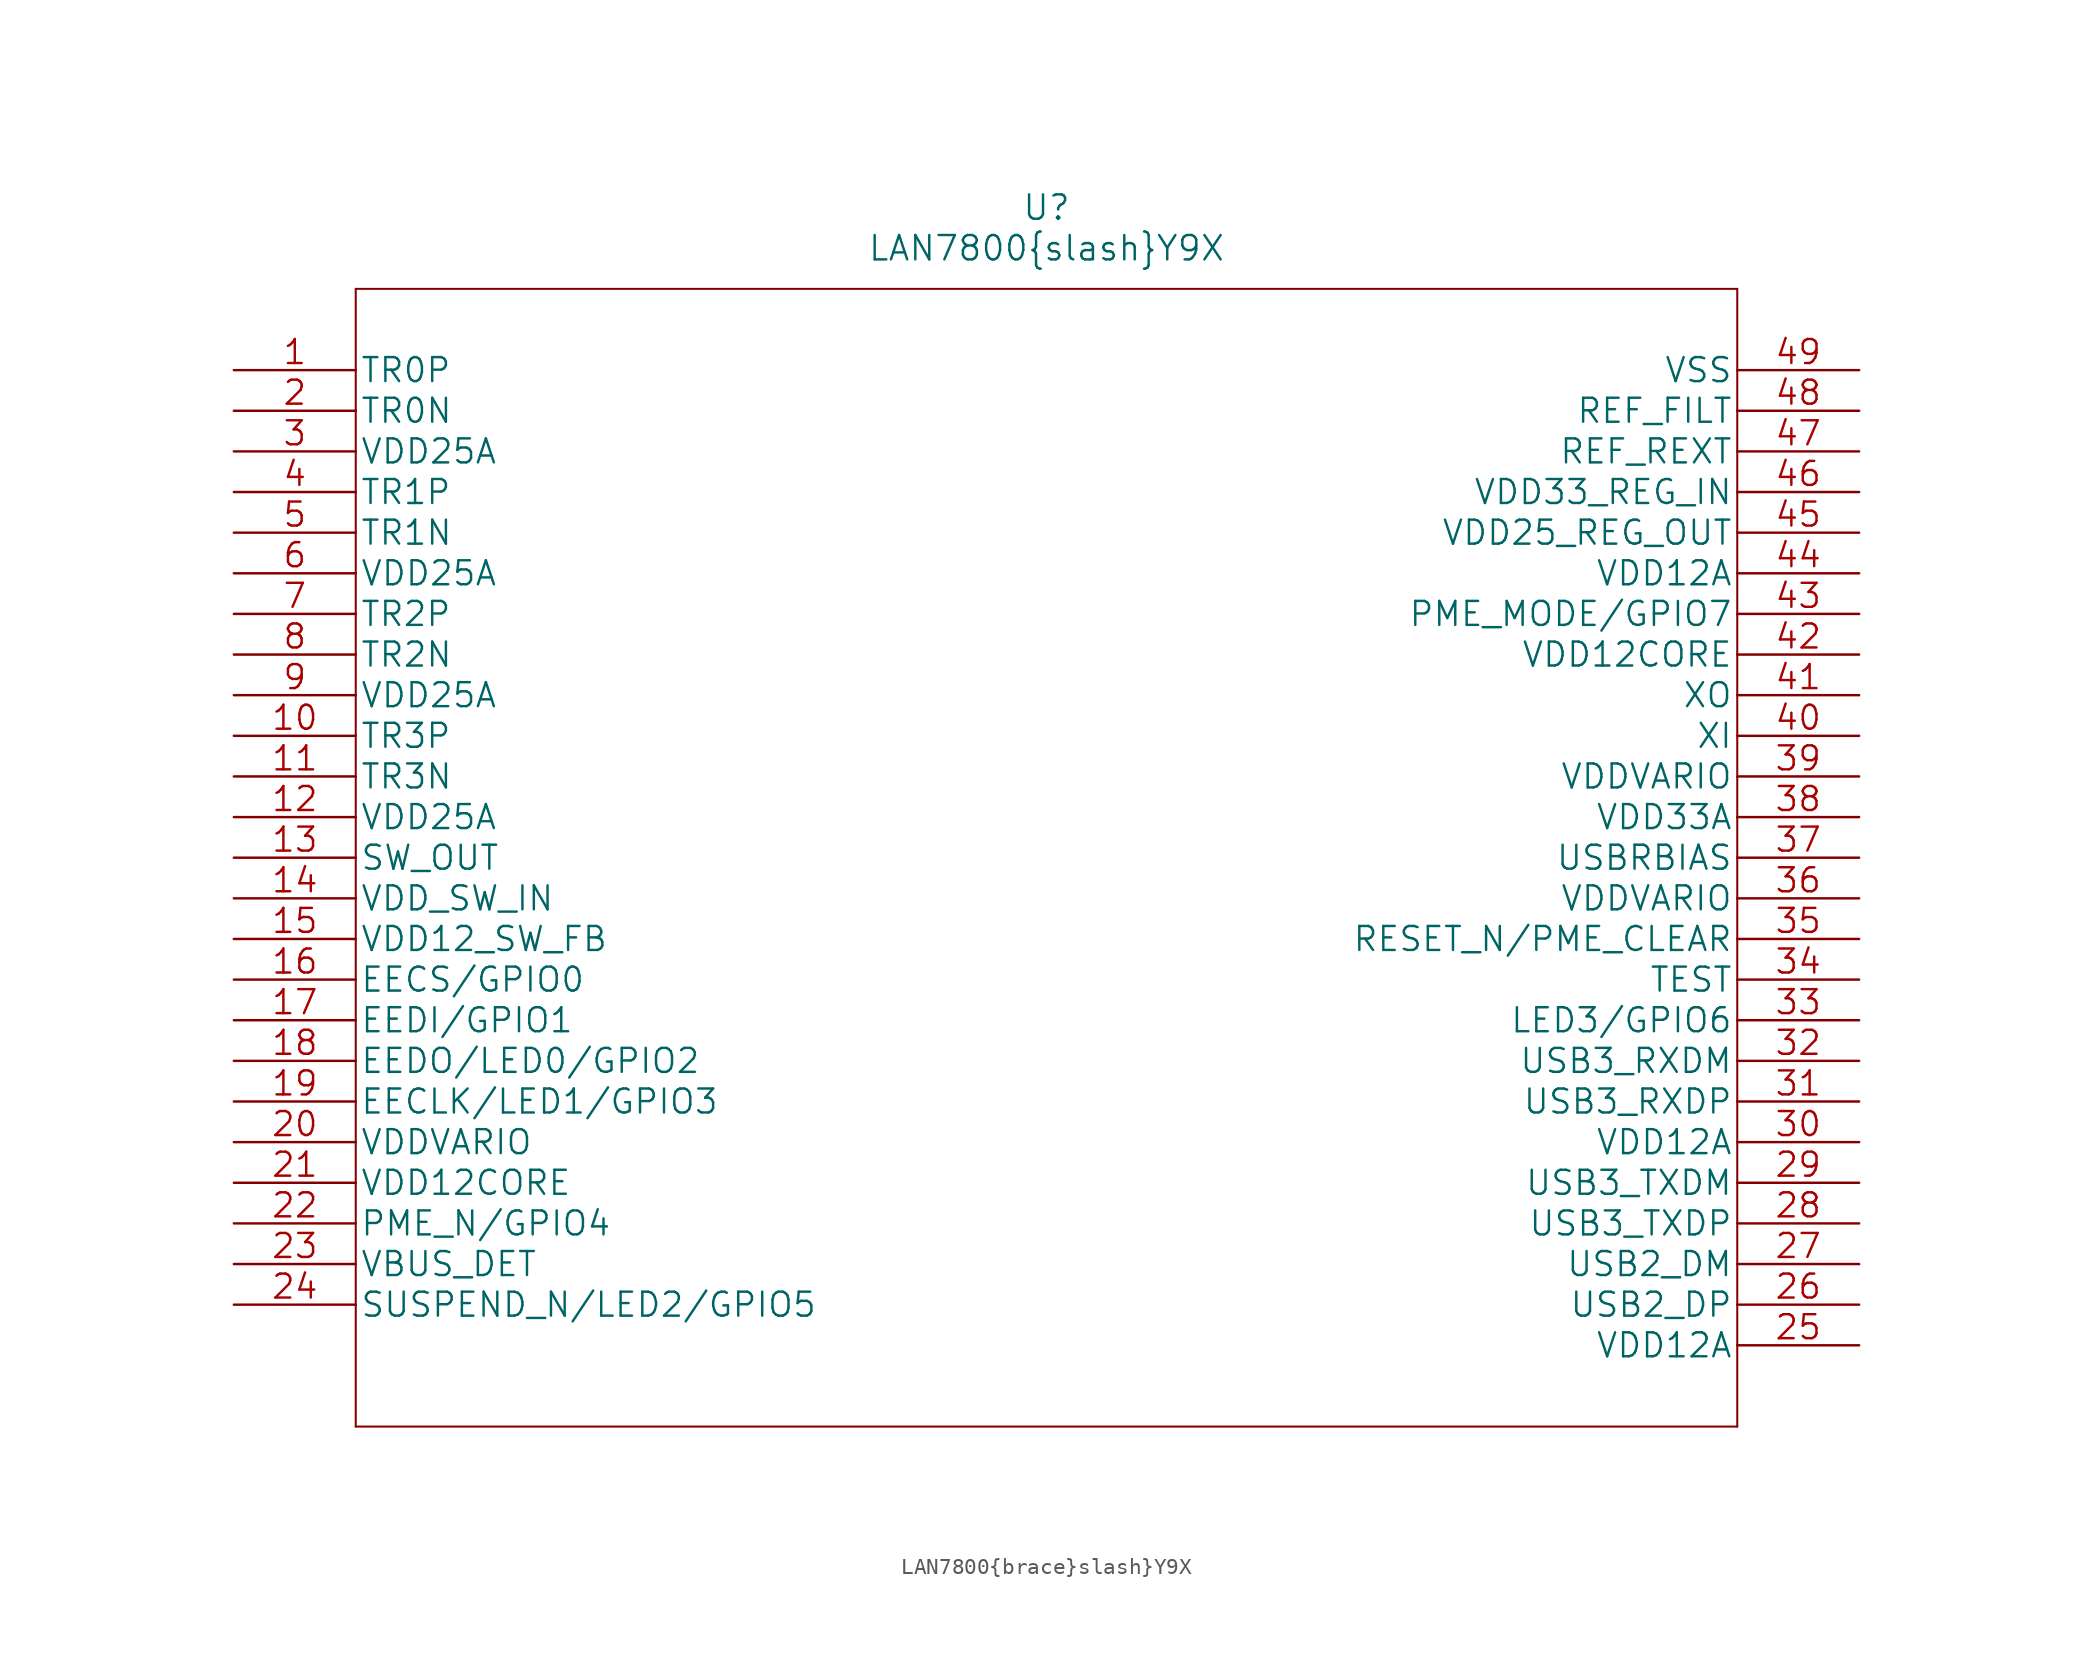
<source format=kicad_sym>
(kicad_symbol_lib
  (version 20211014)
  (generator kicad_symbol_editor)
  (symbol "LAN7800{brace}slash}Y9X"
    (pin_names
      (offset 0.254))
    (property "Reference" "U"
      (at 50.8 10.16 0)
      (effects (font (size 1.524 1.524))))
    (property "Value" "LAN7800{brace}slash}Y9X"
      (at 50.8 7.62 0)
      (effects (font (size 1.524 1.524))))
    (property "Datasheet" ""
      (at 0 0 0)
      (effects (font (size 1.524 1.524))))
    (property "ki_locked" ""
      (at 0 0 0)
      (effects (font (size 1.27 1.27))))
    (symbol "LAN7800{brace}slash}Y9X_1_1"
      (polyline (pts (xy 7.62 -66.04) (xy 93.98 -66.04)) (stroke (width 0.127) (type default) (color 0 0 0 0)) (fill (type none)))
      (polyline (pts (xy 7.62 5.08) (xy 7.62 -66.04)) (stroke (width 0.127) (type default) (color 0 0 0 0)) (fill (type none)))
      (polyline (pts (xy 93.98 -66.04) (xy 93.98 5.08)) (stroke (width 0.127) (type default) (color 0 0 0 0)) (fill (type none)))
      (polyline (pts (xy 93.98 5.08) (xy 7.62 5.08)) (stroke (width 0.127) (type default) (color 0 0 0 0)) (fill (type none)))
      (pin unspecified line (at 0 0 0) (length 7.62) (name "TR0P" (effects (font (size 1.499 1.499)))) (number "1" (effects (font (size 1.499 1.499)))))
      (pin unspecified line (at 0 -22.86 0) (length 7.62) (name "TR3P" (effects (font (size 1.499 1.499)))) (number "10" (effects (font (size 1.499 1.499)))))
      (pin unspecified line (at 0 -25.4 0) (length 7.62) (name "TR3N" (effects (font (size 1.499 1.499)))) (number "11" (effects (font (size 1.499 1.499)))))
      (pin power_in line (at 0 -27.94 0) (length 7.62) (name "VDD25A" (effects (font (size 1.499 1.499)))) (number "12" (effects (font (size 1.499 1.499)))))
      (pin output line (at 0 -30.48 0) (length 7.62) (name "SW_OUT" (effects (font (size 1.499 1.499)))) (number "13" (effects (font (size 1.499 1.499)))))
      (pin power_in line (at 0 -33.02 0) (length 7.62) (name "VDD_SW_IN" (effects (font (size 1.499 1.499)))) (number "14" (effects (font (size 1.499 1.499)))))
      (pin power_in line (at 0 -35.56 0) (length 7.62) (name "VDD12_SW_FB" (effects (font (size 1.499 1.499)))) (number "15" (effects (font (size 1.499 1.499)))))
      (pin bidirectional line (at 0 -38.1 0) (length 7.62) (name "EECS/GPIO0" (effects (font (size 1.499 1.499)))) (number "16" (effects (font (size 1.499 1.499)))))
      (pin bidirectional line (at 0 -40.64 0) (length 7.62) (name "EEDI/GPIO1" (effects (font (size 1.499 1.499)))) (number "17" (effects (font (size 1.499 1.499)))))
      (pin bidirectional line (at 0 -43.18 0) (length 7.62) (name "EEDO/LED0/GPIO2" (effects (font (size 1.499 1.499)))) (number "18" (effects (font (size 1.499 1.499)))))
      (pin bidirectional line (at 0 -45.72 0) (length 7.62) (name "EECLK/LED1/GPIO3" (effects (font (size 1.499 1.499)))) (number "19" (effects (font (size 1.499 1.499)))))
      (pin unspecified line (at 0 -2.54 0) (length 7.62) (name "TR0N" (effects (font (size 1.499 1.499)))) (number "2" (effects (font (size 1.499 1.499)))))
      (pin power_in line (at 0 -48.26 0) (length 7.62) (name "VDDVARIO" (effects (font (size 1.499 1.499)))) (number "20" (effects (font (size 1.499 1.499)))))
      (pin power_in line (at 0 -50.8 0) (length 7.62) (name "VDD12CORE" (effects (font (size 1.499 1.499)))) (number "21" (effects (font (size 1.499 1.499)))))
      (pin bidirectional line (at 0 -53.34 0) (length 7.62) (name "PME_N/GPIO4" (effects (font (size 1.499 1.499)))) (number "22" (effects (font (size 1.499 1.499)))))
      (pin input line (at 0 -55.88 0) (length 7.62) (name "VBUS_DET" (effects (font (size 1.499 1.499)))) (number "23" (effects (font (size 1.499 1.499)))))
      (pin bidirectional line (at 0 -58.42 0) (length 7.62) (name "SUSPEND_N/LED2/GPIO5" (effects (font (size 1.499 1.499)))) (number "24" (effects (font (size 1.499 1.499)))))
      (pin power_in line (at 101.6 -60.96 180) (length 7.62) (name "VDD12A" (effects (font (size 1.499 1.499)))) (number "25" (effects (font (size 1.499 1.499)))))
      (pin unspecified line (at 101.6 -58.42 180) (length 7.62) (name "USB2_DP" (effects (font (size 1.499 1.499)))) (number "26" (effects (font (size 1.499 1.499)))))
      (pin unspecified line (at 101.6 -55.88 180) (length 7.62) (name "USB2_DM" (effects (font (size 1.499 1.499)))) (number "27" (effects (font (size 1.499 1.499)))))
      (pin unspecified line (at 101.6 -53.34 180) (length 7.62) (name "USB3_TXDP" (effects (font (size 1.499 1.499)))) (number "28" (effects (font (size 1.499 1.499)))))
      (pin unspecified line (at 101.6 -50.8 180) (length 7.62) (name "USB3_TXDM" (effects (font (size 1.499 1.499)))) (number "29" (effects (font (size 1.499 1.499)))))
      (pin power_in line (at 0 -5.08 0) (length 7.62) (name "VDD25A" (effects (font (size 1.499 1.499)))) (number "3" (effects (font (size 1.499 1.499)))))
      (pin power_in line (at 101.6 -48.26 180) (length 7.62) (name "VDD12A" (effects (font (size 1.499 1.499)))) (number "30" (effects (font (size 1.499 1.499)))))
      (pin unspecified line (at 101.6 -45.72 180) (length 7.62) (name "USB3_RXDP" (effects (font (size 1.499 1.499)))) (number "31" (effects (font (size 1.499 1.499)))))
      (pin unspecified line (at 101.6 -43.18 180) (length 7.62) (name "USB3_RXDM" (effects (font (size 1.499 1.499)))) (number "32" (effects (font (size 1.499 1.499)))))
      (pin bidirectional line (at 101.6 -40.64 180) (length 7.62) (name "LED3/GPIO6" (effects (font (size 1.499 1.499)))) (number "33" (effects (font (size 1.499 1.499)))))
      (pin input line (at 101.6 -38.1 180) (length 7.62) (name "TEST" (effects (font (size 1.499 1.499)))) (number "34" (effects (font (size 1.499 1.499)))))
      (pin input line (at 101.6 -35.56 180) (length 7.62) (name "RESET_N/PME_CLEAR" (effects (font (size 1.499 1.499)))) (number "35" (effects (font (size 1.499 1.499)))))
      (pin power_in line (at 101.6 -33.02 180) (length 7.62) (name "VDDVARIO" (effects (font (size 1.499 1.499)))) (number "36" (effects (font (size 1.499 1.499)))))
      (pin unspecified line (at 101.6 -30.48 180) (length 7.62) (name "USBRBIAS" (effects (font (size 1.499 1.499)))) (number "37" (effects (font (size 1.499 1.499)))))
      (pin power_in line (at 101.6 -27.94 180) (length 7.62) (name "VDD33A" (effects (font (size 1.499 1.499)))) (number "38" (effects (font (size 1.499 1.499)))))
      (pin power_in line (at 101.6 -25.4 180) (length 7.62) (name "VDDVARIO" (effects (font (size 1.499 1.499)))) (number "39" (effects (font (size 1.499 1.499)))))
      (pin unspecified line (at 0 -7.62 0) (length 7.62) (name "TR1P" (effects (font (size 1.499 1.499)))) (number "4" (effects (font (size 1.499 1.499)))))
      (pin input line (at 101.6 -22.86 180) (length 7.62) (name "XI" (effects (font (size 1.499 1.499)))) (number "40" (effects (font (size 1.499 1.499)))))
      (pin output line (at 101.6 -20.32 180) (length 7.62) (name "XO" (effects (font (size 1.499 1.499)))) (number "41" (effects (font (size 1.499 1.499)))))
      (pin power_in line (at 101.6 -17.78 180) (length 7.62) (name "VDD12CORE" (effects (font (size 1.499 1.499)))) (number "42" (effects (font (size 1.499 1.499)))))
      (pin bidirectional line (at 101.6 -15.24 180) (length 7.62) (name "PME_MODE/GPIO7" (effects (font (size 1.499 1.499)))) (number "43" (effects (font (size 1.499 1.499)))))
      (pin power_in line (at 101.6 -12.7 180) (length 7.62) (name "VDD12A" (effects (font (size 1.499 1.499)))) (number "44" (effects (font (size 1.499 1.499)))))
      (pin output line (at 101.6 -10.16 180) (length 7.62) (name "VDD25_REG_OUT" (effects (font (size 1.499 1.499)))) (number "45" (effects (font (size 1.499 1.499)))))
      (pin power_in line (at 101.6 -7.62 180) (length 7.62) (name "VDD33_REG_IN" (effects (font (size 1.499 1.499)))) (number "46" (effects (font (size 1.499 1.499)))))
      (pin unspecified line (at 101.6 -5.08 180) (length 7.62) (name "REF_REXT" (effects (font (size 1.499 1.499)))) (number "47" (effects (font (size 1.499 1.499)))))
      (pin unspecified line (at 101.6 -2.54 180) (length 7.62) (name "REF_FILT" (effects (font (size 1.499 1.499)))) (number "48" (effects (font (size 1.499 1.499)))))
      (pin power_in line (at 101.6 0 180) (length 7.62) (name "VSS" (effects (font (size 1.499 1.499)))) (number "49" (effects (font (size 1.499 1.499)))))
      (pin unspecified line (at 0 -10.16 0) (length 7.62) (name "TR1N" (effects (font (size 1.499 1.499)))) (number "5" (effects (font (size 1.499 1.499)))))
      (pin power_in line (at 0 -12.7 0) (length 7.62) (name "VDD25A" (effects (font (size 1.499 1.499)))) (number "6" (effects (font (size 1.499 1.499)))))
      (pin unspecified line (at 0 -15.24 0) (length 7.62) (name "TR2P" (effects (font (size 1.499 1.499)))) (number "7" (effects (font (size 1.499 1.499)))))
      (pin unspecified line (at 0 -17.78 0) (length 7.62) (name "TR2N" (effects (font (size 1.499 1.499)))) (number "8" (effects (font (size 1.499 1.499)))))
      (pin power_in line (at 0 -20.32 0) (length 7.62) (name "VDD25A" (effects (font (size 1.499 1.499)))) (number "9" (effects (font (size 1.499 1.499))))))))
</source>
